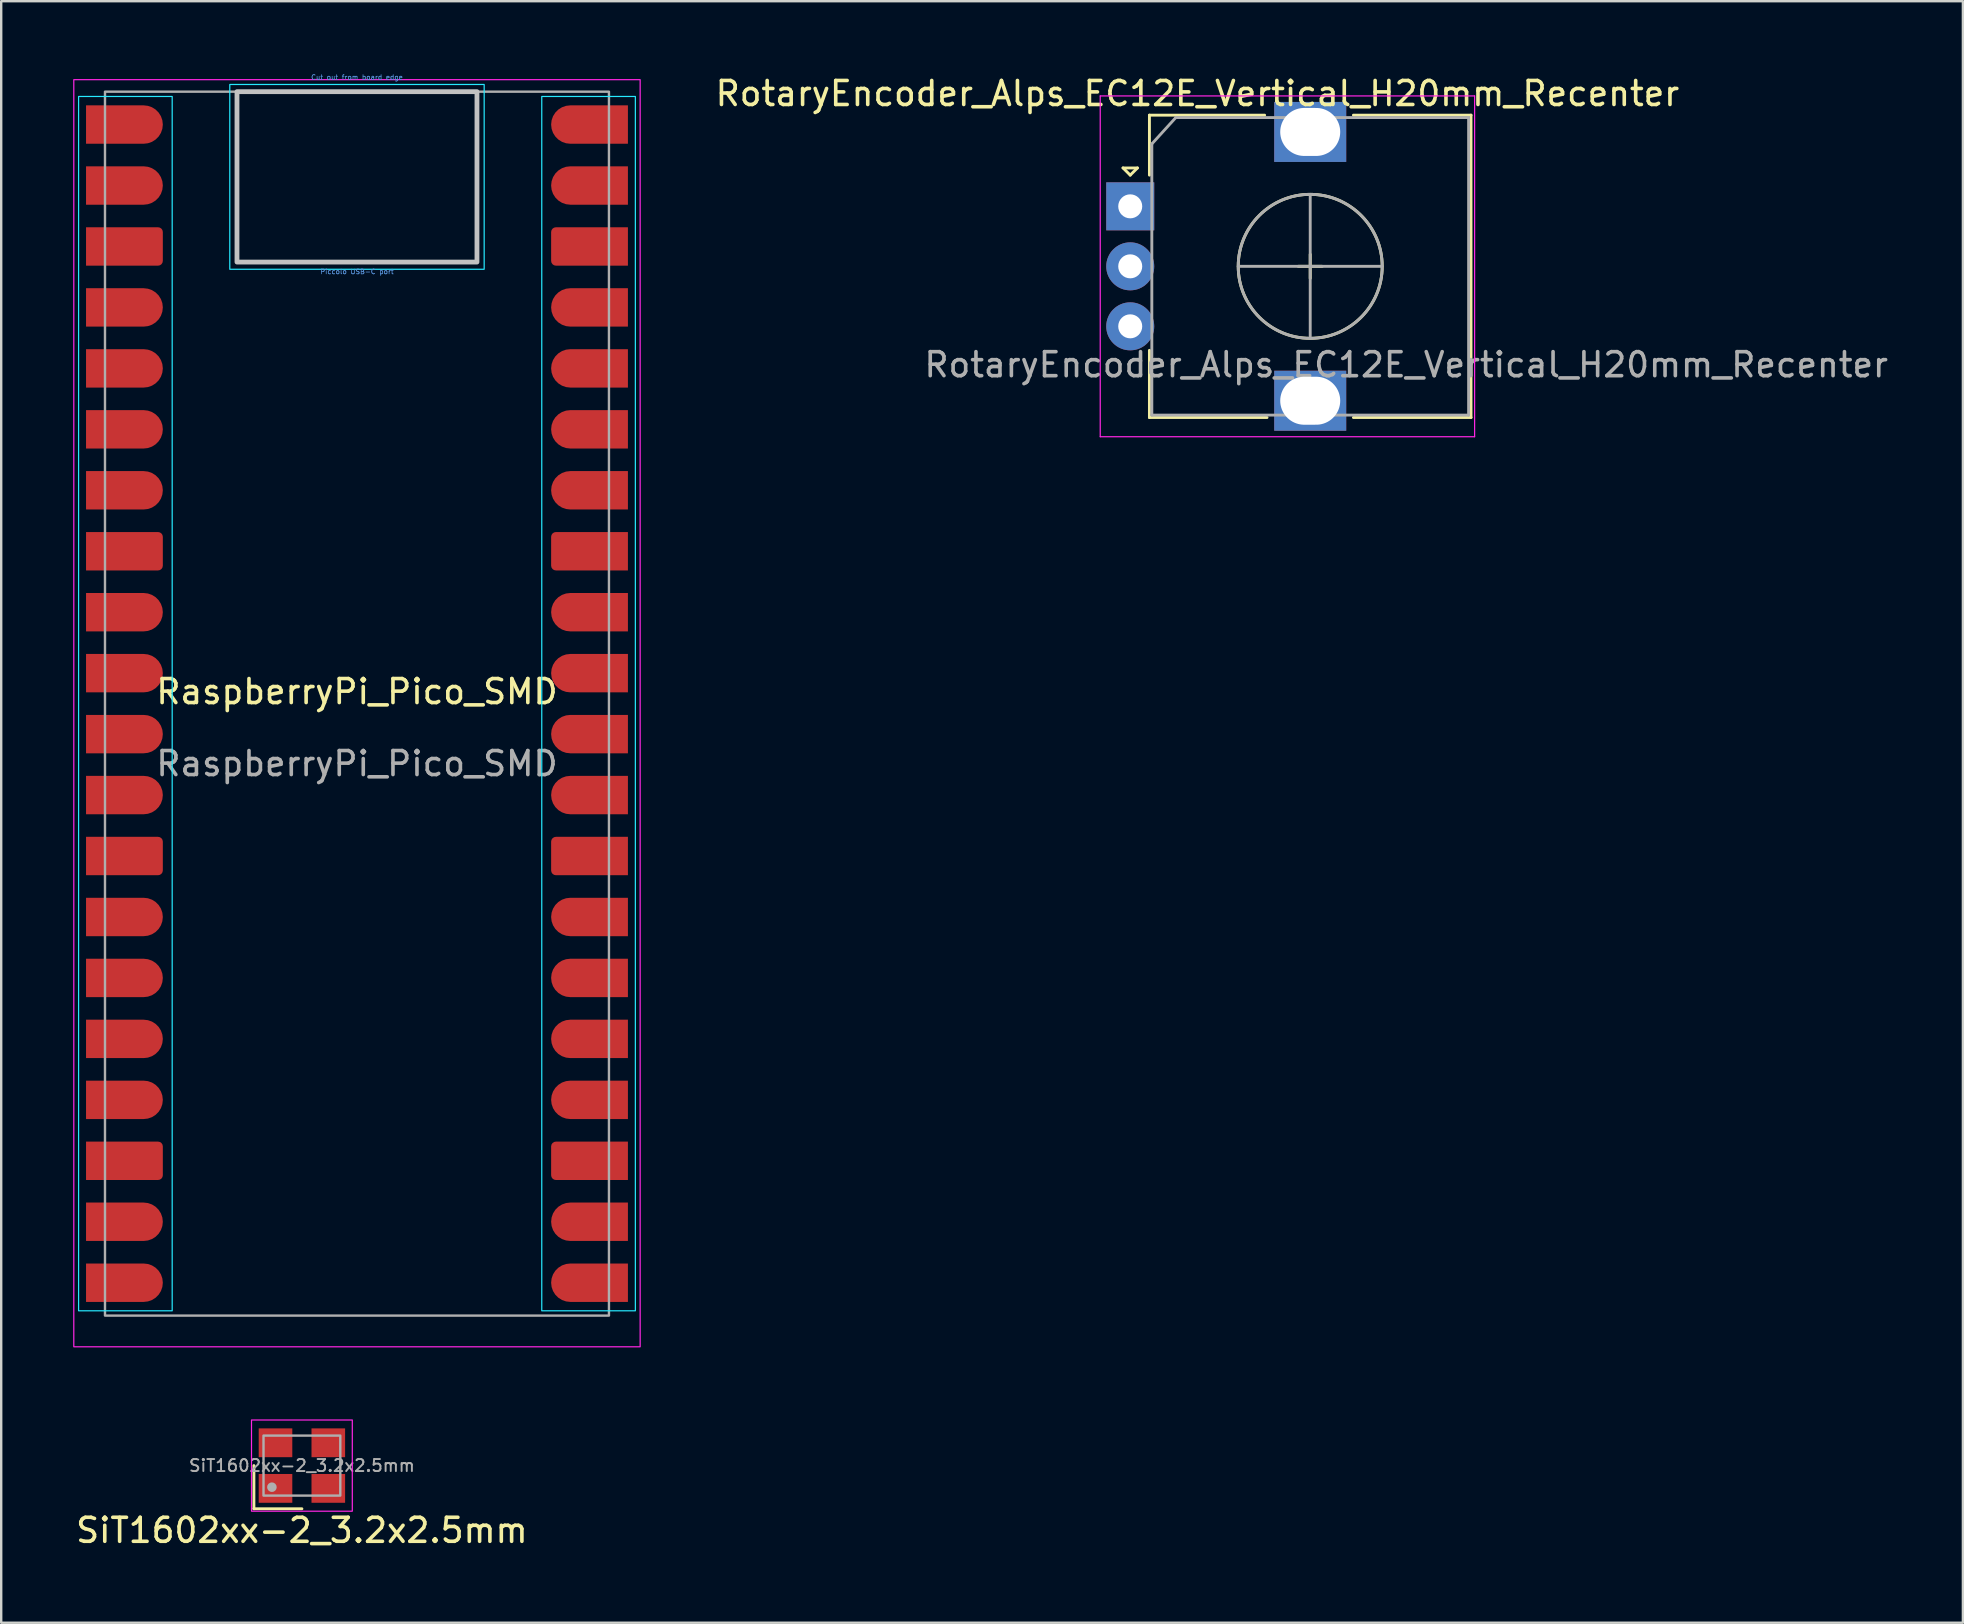
<source format=kicad_pcb>
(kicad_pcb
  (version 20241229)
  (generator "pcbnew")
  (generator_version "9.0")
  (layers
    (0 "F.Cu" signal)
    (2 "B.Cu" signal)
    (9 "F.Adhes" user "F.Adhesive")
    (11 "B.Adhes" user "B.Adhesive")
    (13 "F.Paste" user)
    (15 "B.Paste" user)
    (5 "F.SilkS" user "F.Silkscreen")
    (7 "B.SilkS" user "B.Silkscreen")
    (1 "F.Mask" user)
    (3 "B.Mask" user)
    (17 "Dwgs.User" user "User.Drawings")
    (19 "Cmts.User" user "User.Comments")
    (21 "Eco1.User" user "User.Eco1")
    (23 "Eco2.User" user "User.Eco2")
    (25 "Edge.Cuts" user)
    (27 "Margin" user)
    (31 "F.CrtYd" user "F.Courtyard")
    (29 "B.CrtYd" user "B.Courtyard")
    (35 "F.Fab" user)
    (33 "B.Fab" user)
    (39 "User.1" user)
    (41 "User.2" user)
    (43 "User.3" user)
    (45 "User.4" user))
  (footprint "RaspberryPi_Pico_SMD"
    (layer "F.Cu")
    (at 11.825 26.27)
    (property "Reference" "RaspberryPi_Pico_SMD" (at 0 -0.5 0) (unlocked yes) (layer "F.SilkS") (effects (font (size 1 1) (thickness 0.15))))
    (attr smd)
    (fp_rect (start -5 -25.5) (end 5 -18.4) (stroke (width 0.2) (type solid)) (fill no) (layer "Dwgs.User"))
    (fp_rect (start -11.6 -25.3) (end -7.7 25.3) (stroke (width 0.05) (type solid)) (fill no) (layer "B.CrtYd"))
    (fp_rect (start -5.3 -18.1) (end 5.3 -25.8) (stroke (width 0.05) (type solid)) (fill no) (layer "B.CrtYd"))
    (fp_rect (start 11.6 25.3) (end 7.7 -25.3) (stroke (width 0.05) (type solid)) (fill no) (layer "B.CrtYd"))
    (fp_rect (start -11.8 -26) (end 11.8 26.8) (stroke (width 0.05) (type solid)) (fill no) (layer "F.CrtYd"))
    (fp_rect (start -10.5 -25.5) (end 10.5 25.5) (stroke (width 0.1) (type solid)) (fill no) (layer "F.Fab"))
    (fp_text user "Cut out from board edge" (at 0 -26.1 0) (unlocked yes) (layer "Cmts.User") (effects (font (size 0.2 0.2) (thickness 0.03))))
    (fp_text user "Piccolo USB-C port" (at 0 -18 0) (unlocked yes) (layer "Cmts.User") (effects (font (size 0.2 0.2) (thickness 0.03))))
    (fp_text user "${REFERENCE}" (at 0 2.5 0) (unlocked yes) (layer "F.Fab") (effects (font (size 1 1) (thickness 0.15))))
    (pad "1" smd roundrect (at -8.89 -24.13) (size 3.2 1.6) (drill (offset -0.8 0)) (layers "F.Cu" "F.Mask" "F.Paste") (roundrect_rratio 0.5) (chamfer_ratio 0) (chamfer top_left bottom_left))
    (pad "2" smd roundrect (at -8.89 -21.59) (size 3.2 1.6) (drill (offset -0.8 0)) (layers "F.Cu" "F.Mask" "F.Paste") (roundrect_rratio 0.5) (chamfer_ratio 0) (chamfer top_left bottom_left))
    (pad "3" smd roundrect (at -8.89 -19.05) (size 3.2 1.6) (drill (offset -0.8 0)) (layers "F.Cu" "F.Mask" "F.Paste") (roundrect_rratio 0.125) (chamfer_ratio 0) (chamfer top_left bottom_left))
    (pad "4" smd roundrect (at -8.89 -16.51) (size 3.2 1.6) (drill (offset -0.8 0)) (layers "F.Cu" "F.Mask" "F.Paste") (roundrect_rratio 0.5) (chamfer_ratio 0) (chamfer top_left bottom_left))
    (pad "5" smd roundrect (at -8.89 -13.97) (size 3.2 1.6) (drill (offset -0.8 0)) (layers "F.Cu" "F.Mask" "F.Paste") (roundrect_rratio 0.5) (chamfer_ratio 0) (chamfer top_left bottom_left))
    (pad "6" smd roundrect (at -8.89 -11.43) (size 3.2 1.6) (drill (offset -0.8 0)) (layers "F.Cu" "F.Mask" "F.Paste") (roundrect_rratio 0.5) (chamfer_ratio 0) (chamfer top_left bottom_left))
    (pad "7" smd roundrect (at -8.89 -8.89) (size 3.2 1.6) (drill (offset -0.8 0)) (layers "F.Cu" "F.Mask" "F.Paste") (roundrect_rratio 0.5) (chamfer_ratio 0) (chamfer top_left bottom_left))
    (pad "8" smd roundrect (at -8.89 -6.35) (size 3.2 1.6) (drill (offset -0.8 0)) (layers "F.Cu" "F.Mask" "F.Paste") (roundrect_rratio 0.125) (chamfer_ratio 0) (chamfer top_left bottom_left))
    (pad "9" smd roundrect (at -8.89 -3.81) (size 3.2 1.6) (drill (offset -0.8 0)) (layers "F.Cu" "F.Mask" "F.Paste") (roundrect_rratio 0.5) (chamfer_ratio 0) (chamfer top_left bottom_left))
    (pad "10" smd roundrect (at -8.89 -1.27) (size 3.2 1.6) (drill (offset -0.8 0)) (layers "F.Cu" "F.Mask" "F.Paste") (roundrect_rratio 0.5) (chamfer_ratio 0) (chamfer top_left bottom_left))
    (pad "11" smd roundrect (at -8.89 1.27) (size 3.2 1.6) (drill (offset -0.8 0)) (layers "F.Cu" "F.Mask" "F.Paste") (roundrect_rratio 0.5) (chamfer_ratio 0) (chamfer top_left bottom_left))
    (pad "12" smd roundrect (at -8.89 3.81) (size 3.2 1.6) (drill (offset -0.8 0)) (layers "F.Cu" "F.Mask" "F.Paste") (roundrect_rratio 0.5) (chamfer_ratio 0) (chamfer top_left bottom_left))
    (pad "13" smd roundrect (at -8.89 6.35) (size 3.2 1.6) (drill (offset -0.8 0)) (layers "F.Cu" "F.Mask" "F.Paste") (roundrect_rratio 0.125) (chamfer_ratio 0) (chamfer top_left bottom_left))
    (pad "14" smd roundrect (at -8.89 8.89) (size 3.2 1.6) (drill (offset -0.8 0)) (layers "F.Cu" "F.Mask" "F.Paste") (roundrect_rratio 0.5) (chamfer_ratio 0) (chamfer top_left bottom_left))
    (pad "15" smd roundrect (at -8.89 11.43) (size 3.2 1.6) (drill (offset -0.8 0)) (layers "F.Cu" "F.Mask" "F.Paste") (roundrect_rratio 0.5) (chamfer_ratio 0) (chamfer top_left bottom_left))
    (pad "16" smd roundrect (at -8.89 13.97) (size 3.2 1.6) (drill (offset -0.8 0)) (layers "F.Cu" "F.Mask" "F.Paste") (roundrect_rratio 0.5) (chamfer_ratio 0) (chamfer top_left bottom_left))
    (pad "17" smd roundrect (at -8.89 16.51) (size 3.2 1.6) (drill (offset -0.8 0)) (layers "F.Cu" "F.Mask" "F.Paste") (roundrect_rratio 0.5) (chamfer_ratio 0) (chamfer top_left bottom_left))
    (pad "18" smd roundrect (at -8.89 19.05) (size 3.2 1.6) (drill (offset -0.8 0)) (layers "F.Cu" "F.Mask" "F.Paste") (roundrect_rratio 0.125) (chamfer_ratio 0) (chamfer top_left bottom_left))
    (pad "19" smd roundrect (at -8.89 21.59) (size 3.2 1.6) (drill (offset -0.8 0)) (layers "F.Cu" "F.Mask" "F.Paste") (roundrect_rratio 0.5) (chamfer_ratio 0) (chamfer top_left bottom_left))
    (pad "20" smd roundrect (at -8.89 24.13) (size 3.2 1.6) (drill (offset -0.8 0)) (layers "F.Cu" "F.Mask" "F.Paste") (roundrect_rratio 0.5) (chamfer_ratio 0) (chamfer top_left bottom_left))
    (pad "21" smd roundrect (at 8.89 24.13) (size 3.2 1.6) (drill (offset 0.8 0)) (layers "F.Cu" "F.Mask" "F.Paste") (roundrect_rratio 0.5) (chamfer_ratio 0) (chamfer top_right bottom_right))
    (pad "22" smd roundrect (at 8.89 21.59) (size 3.2 1.6) (drill (offset 0.8 0)) (layers "F.Cu" "F.Mask" "F.Paste") (roundrect_rratio 0.5) (chamfer_ratio 0) (chamfer top_right bottom_right))
    (pad "23" smd roundrect (at 8.89 19.05) (size 3.2 1.6) (drill (offset 0.8 0)) (layers "F.Cu" "F.Mask" "F.Paste") (roundrect_rratio 0.125) (chamfer_ratio 0) (chamfer top_right bottom_right))
    (pad "24" smd roundrect (at 8.89 16.51) (size 3.2 1.6) (drill (offset 0.8 0)) (layers "F.Cu" "F.Mask" "F.Paste") (roundrect_rratio 0.5) (chamfer_ratio 0) (chamfer top_right bottom_right))
    (pad "25" smd roundrect (at 8.89 13.97) (size 3.2 1.6) (drill (offset 0.8 0)) (layers "F.Cu" "F.Mask" "F.Paste") (roundrect_rratio 0.5) (chamfer_ratio 0) (chamfer top_right bottom_right))
    (pad "26" smd roundrect (at 8.89 11.43) (size 3.2 1.6) (drill (offset 0.8 0)) (layers "F.Cu" "F.Mask" "F.Paste") (roundrect_rratio 0.5) (chamfer_ratio 0) (chamfer top_right bottom_right))
    (pad "27" smd roundrect (at 8.89 8.89) (size 3.2 1.6) (drill (offset 0.8 0)) (layers "F.Cu" "F.Mask" "F.Paste") (roundrect_rratio 0.5) (chamfer_ratio 0) (chamfer top_right bottom_right))
    (pad "28" smd roundrect (at 8.89 6.35) (size 3.2 1.6) (drill (offset 0.8 0)) (layers "F.Cu" "F.Mask" "F.Paste") (roundrect_rratio 0.125) (chamfer_ratio 0) (chamfer top_right bottom_right))
    (pad "29" smd roundrect (at 8.89 3.81) (size 3.2 1.6) (drill (offset 0.8 0)) (layers "F.Cu" "F.Mask" "F.Paste") (roundrect_rratio 0.5) (chamfer_ratio 0) (chamfer top_right bottom_right))
    (pad "30" smd roundrect (at 8.89 1.27) (size 3.2 1.6) (drill (offset 0.8 0)) (layers "F.Cu" "F.Mask" "F.Paste") (roundrect_rratio 0.5) (chamfer_ratio 0) (chamfer top_right bottom_right))
    (pad "31" smd roundrect (at 8.89 -1.27) (size 3.2 1.6) (drill (offset 0.8 0)) (layers "F.Cu" "F.Mask" "F.Paste") (roundrect_rratio 0.5) (chamfer_ratio 0) (chamfer top_right bottom_right))
    (pad "32" smd roundrect (at 8.89 -3.81) (size 3.2 1.6) (drill (offset 0.8 0)) (layers "F.Cu" "F.Mask" "F.Paste") (roundrect_rratio 0.5) (chamfer_ratio 0) (chamfer top_right bottom_right))
    (pad "33" smd roundrect (at 8.89 -6.35) (size 3.2 1.6) (drill (offset 0.8 0)) (layers "F.Cu" "F.Mask" "F.Paste") (roundrect_rratio 0.125) (chamfer_ratio 0) (chamfer top_right bottom_right))
    (pad "34" smd roundrect (at 8.89 -8.89) (size 3.2 1.6) (drill (offset 0.8 0)) (layers "F.Cu" "F.Mask" "F.Paste") (roundrect_rratio 0.5) (chamfer_ratio 0) (chamfer top_right bottom_right))
    (pad "35" smd roundrect (at 8.89 -11.43) (size 3.2 1.6) (drill (offset 0.8 0)) (layers "F.Cu" "F.Mask" "F.Paste") (roundrect_rratio 0.5) (chamfer_ratio 0) (chamfer top_right bottom_right))
    (pad "36" smd roundrect (at 8.89 -13.97) (size 3.2 1.6) (drill (offset 0.8 0)) (layers "F.Cu" "F.Mask" "F.Paste") (roundrect_rratio 0.5) (chamfer_ratio 0) (chamfer top_right bottom_right))
    (pad "37" smd roundrect (at 8.89 -16.51) (size 3.2 1.6) (drill (offset 0.8 0)) (layers "F.Cu" "F.Mask" "F.Paste") (roundrect_rratio 0.5) (chamfer_ratio 0) (chamfer top_right bottom_right))
    (pad "38" smd roundrect (at 8.89 -19.05) (size 3.2 1.6) (drill (offset 0.8 0)) (layers "F.Cu" "F.Mask" "F.Paste") (roundrect_rratio 0.125) (chamfer_ratio 0) (chamfer top_right bottom_right))
    (pad "39" smd roundrect (at 8.89 -21.59) (size 3.2 1.6) (drill (offset 0.8 0)) (layers "F.Cu" "F.Mask" "F.Paste") (roundrect_rratio 0.5) (chamfer_ratio 0) (chamfer top_right bottom_right))
    (pad "40" smd roundrect (at 8.89 -24.13) (size 3.2 1.6) (drill (offset 0.8 0)) (layers "F.Cu" "F.Mask" "F.Paste") (roundrect_rratio 0.5) (chamfer_ratio 0) (chamfer top_right bottom_right)))
  (footprint "SiT1602xx-2_3.2x2.5mm"
    (layer "F.Cu")
    (at 9.53 58.02)
    (property "Reference" "SiT1602xx-2_3.2x2.5mm" (at 0 2.7 0) (unlocked yes) (layer "F.SilkS") (effects (font (size 1 1) (thickness 0.15))))
    (attr smd)
    (fp_line (start -2 0) (end -2 1.8) (stroke (width 0.12) (type solid)) (layer "F.SilkS"))
    (fp_line (start -2 1.8) (end 0 1.8) (stroke (width 0.12) (type solid)) (layer "F.SilkS"))
    (fp_rect (start -2.1 -1.9) (end 2.1 1.9) (stroke (width 0.05) (type solid)) (fill no) (layer "F.CrtYd"))
    (fp_rect (start -1.6 1.25) (end 1.6 -1.25) (stroke (width 0.1) (type solid)) (fill no) (layer "F.Fab"))
    (fp_circle (center -1.25 0.9) (end -1.15 0.9) (stroke (width 0.2) (type solid)) (fill no) (layer "F.Fab"))
    (fp_text user "${REFERENCE}" (at 0 0 0) (unlocked yes) (layer "F.Fab") (effects (font (size 0.5 0.5) (thickness 0.08))))
    (pad "1" smd rect (at -1.1 0.95) (size 1.4 1.2) (layers "F.Cu" "F.Mask" "F.Paste"))
    (pad "2" smd rect (at 1.1 0.95) (size 1.4 1.2) (layers "F.Cu" "F.Mask" "F.Paste"))
    (pad "3" smd rect (at 1.1 -0.95) (size 1.4 1.2) (layers "F.Cu" "F.Mask" "F.Paste"))
    (pad "4" smd rect (at -1.1 -0.95) (size 1.4 1.2) (layers "F.Cu" "F.Mask" "F.Paste")))
  (footprint "RotaryEncoder_Alps_EC12E_Vertical_H20mm_Recenter"
    (layer "F.Cu")
    (at 51.546 8.048)
    (property "Reference" "RotaryEncoder_Alps_EC12E_Vertical_H20mm_Recenter" (at -4.7 -7.2 0) (layer "F.SilkS") (effects (font (size 1 1) (thickness 0.15))))
    (attr through_hole)
    (fp_line (start -7.8 -4.1) (end -7.2 -4.1) (stroke (width 0.12) (type solid)) (layer "F.SilkS"))
    (fp_line (start -7.5 -3.8) (end -7.8 -4.1) (stroke (width 0.12) (type solid)) (layer "F.SilkS"))
    (fp_line (start -7.2 -4.1) (end -7.5 -3.8) (stroke (width 0.12) (type solid)) (layer "F.SilkS"))
    (fp_line (start -6.7 -6.3) (end -6.7 -3.8) (stroke (width 0.12) (type solid)) (layer "F.SilkS"))
    (fp_line (start -6.7 6.3) (end -6.7 3.5) (stroke (width 0.12) (type solid)) (layer "F.SilkS"))
    (fp_line (start -1.9 -6.3) (end -6.7 -6.3) (stroke (width 0.12) (type solid)) (layer "F.SilkS"))
    (fp_line (start -1.8 6.3) (end -6.7 6.3) (stroke (width 0.12) (type solid)) (layer "F.SilkS"))
    (fp_line (start -0.5 0) (end 0.5 0) (stroke (width 0.12) (type solid)) (layer "F.SilkS"))
    (fp_line (start 0 -0.5) (end 0 0.5) (stroke (width 0.12) (type solid)) (layer "F.SilkS"))
    (fp_line (start 1.8 -6.3) (end 6.7 -6.3) (stroke (width 0.12) (type solid)) (layer "F.SilkS"))
    (fp_line (start 6.7 -6.3) (end 6.7 6.3) (stroke (width 0.12) (type solid)) (layer "F.SilkS"))
    (fp_line (start 6.7 6.3) (end 1.8 6.3) (stroke (width 0.12) (type solid)) (layer "F.SilkS"))
    (fp_circle (center 0 0) (end 3 0) (stroke (width 0.12) (type solid)) (fill no) (layer "F.SilkS"))
    (fp_line (start -8.75 -7.1) (end -8.75 7.1) (stroke (width 0.05) (type solid)) (layer "F.CrtYd"))
    (fp_line (start -8.75 -7.1) (end 6.85 -7.1) (stroke (width 0.05) (type solid)) (layer "F.CrtYd"))
    (fp_line (start 6.85 7.1) (end -8.75 7.1) (stroke (width 0.05) (type solid)) (layer "F.CrtYd"))
    (fp_line (start 6.85 7.1) (end 6.85 -7.1) (stroke (width 0.05) (type solid)) (layer "F.CrtYd"))
    (fp_line (start -6.6 -5.1) (end -5.6 -6.2) (stroke (width 0.12) (type solid)) (layer "F.Fab"))
    (fp_line (start -6.6 6.2) (end -6.6 -5.1) (stroke (width 0.12) (type solid)) (layer "F.Fab"))
    (fp_line (start -5.6 -6.2) (end 6.6 -6.2) (stroke (width 0.12) (type solid)) (layer "F.Fab"))
    (fp_line (start -3 0) (end 3 0) (stroke (width 0.12) (type solid)) (layer "F.Fab"))
    (fp_line (start 0 -3) (end 0 3) (stroke (width 0.12) (type solid)) (layer "F.Fab"))
    (fp_line (start 6.6 -6.2) (end 6.6 6.2) (stroke (width 0.12) (type solid)) (layer "F.Fab"))
    (fp_line (start 6.6 6.2) (end -6.6 6.2) (stroke (width 0.12) (type solid)) (layer "F.Fab"))
    (fp_circle (center 0 0) (end 3 0) (stroke (width 0.12) (type solid)) (fill no) (layer "F.Fab"))
    (fp_text user "${REFERENCE}" (at 4 4.1 0) (layer "F.Fab") (effects (font (size 1 1) (thickness 0.15))))
    (pad "A" thru_hole rect (at -7.5 -2.5) (size 2 2) (drill 1) (layers "*.Cu" "*.Mask"))
    (pad "B" thru_hole circle (at -7.5 2.5) (size 2 2) (drill 1) (layers "*.Cu" "*.Mask"))
    (pad "C" thru_hole circle (at -7.5 0) (size 2 2) (drill 1) (layers "*.Cu" "*.Mask"))
    (pad "MP" thru_hole rect (at 0 -5.6) (size 3 2.5) (drill oval 2.5 2) (layers "*.Cu" "*.Mask"))
    (pad "MP" thru_hole rect (at 0 5.6) (size 3 2.5) (drill oval 2.5 2) (layers "*.Cu" "*.Mask")))
  (gr_rect
    (start -3 -3)
    (end 78.743 64.568)
    (stroke (width 0.1) (type default))
    (fill no)
    (layer "Edge.Cuts")))
</source>
